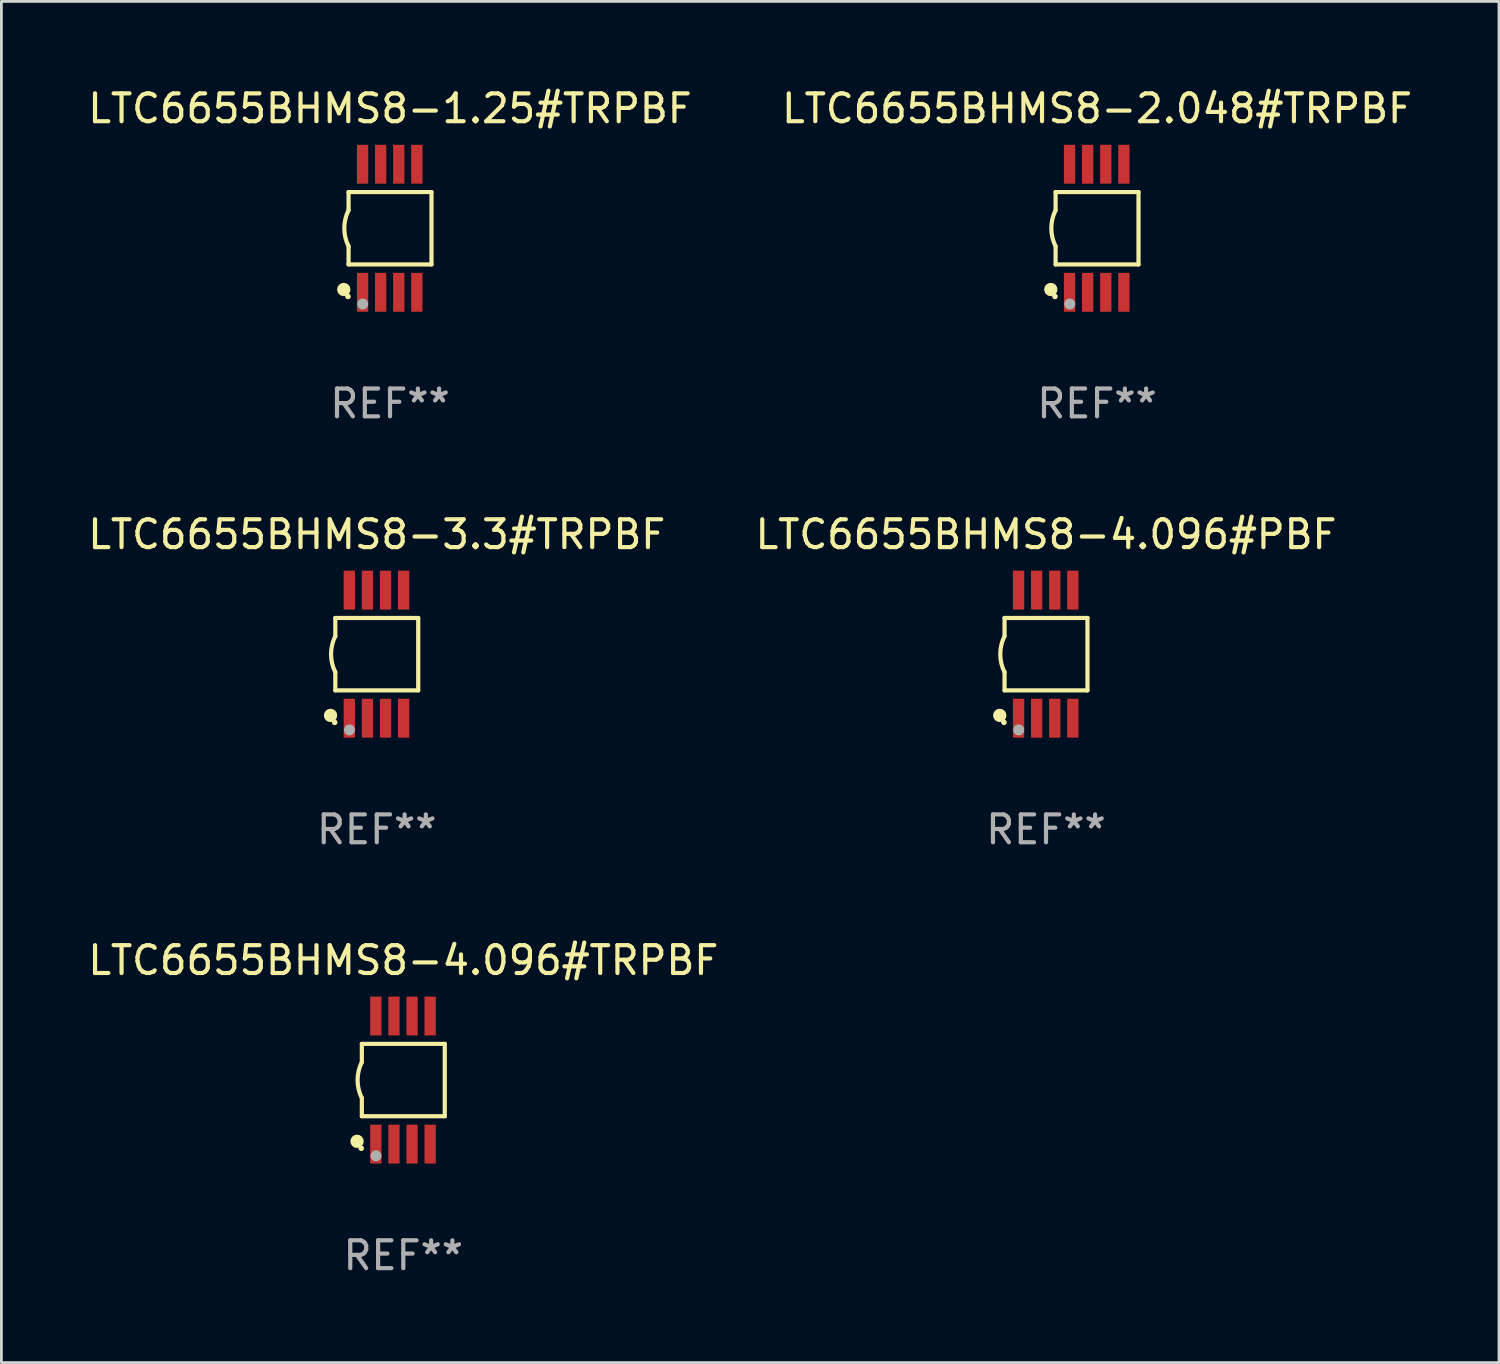
<source format=kicad_pcb>
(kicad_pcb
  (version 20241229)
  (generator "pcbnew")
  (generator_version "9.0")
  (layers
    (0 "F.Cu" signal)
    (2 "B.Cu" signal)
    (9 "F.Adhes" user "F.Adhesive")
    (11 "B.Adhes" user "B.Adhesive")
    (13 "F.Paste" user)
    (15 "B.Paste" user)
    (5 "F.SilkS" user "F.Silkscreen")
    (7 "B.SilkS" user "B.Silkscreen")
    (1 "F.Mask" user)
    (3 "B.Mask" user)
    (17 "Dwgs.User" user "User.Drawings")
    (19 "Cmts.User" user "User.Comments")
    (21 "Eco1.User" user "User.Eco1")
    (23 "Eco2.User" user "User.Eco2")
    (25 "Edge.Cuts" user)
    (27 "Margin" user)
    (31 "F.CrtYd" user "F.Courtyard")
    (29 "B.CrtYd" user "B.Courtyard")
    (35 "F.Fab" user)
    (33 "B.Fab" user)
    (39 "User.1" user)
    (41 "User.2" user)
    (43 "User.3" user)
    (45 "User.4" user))
  (footprint "LTC6655BHMS8-4.096#PBF"
    (layer "F.Cu")
    (at 34.518 20.445)
    (property "Reference" "LTC6655BHMS8-4.096#PBF" (at 0 -4.3 0) (layer "F.SilkS") (effects (font (size 1 1) (thickness 0.15))))
    (attr through_hole)
    (fp_line (start -1.489 -1.3) (end -1.489 -0.648) (stroke (width 0.15) (type solid)) (layer "F.SilkS"))
    (fp_line (start -1.489 0.648) (end -1.489 1.3) (stroke (width 0.15) (type solid)) (layer "F.SilkS"))
    (fp_line (start -1.489 1.3) (end 1.489 1.3) (stroke (width 0.15) (type solid)) (layer "F.SilkS"))
    (fp_line (start 1.489 -1.3) (end -1.489 -1.3) (stroke (width 0.15) (type solid)) (layer "F.SilkS"))
    (fp_line (start 1.489 1.3) (end 1.489 -1.3) (stroke (width 0.15) (type solid)) (layer "F.SilkS"))
    (fp_arc (start -1.489205 0.647702) (mid -1.642107 0) (end -1.489205 -0.647701) (stroke (width 0.150013) (type solid)) (layer "F.SilkS"))
    (fp_circle (center -1.661 2.2) (end -1.541 2.2) (stroke (width 0.24) (type solid)) (fill no) (layer "F.SilkS"))
    (fp_circle (center -1.511 2.45) (end -1.461 2.45) (stroke (width 0.1) (type solid)) (fill no) (layer "F.SilkS"))
    (fp_circle (center -0.981 2.72) (end -0.881 2.72) (stroke (width 0.2) (type solid)) (fill no) (layer "F.Fab"))
    (fp_text user "REF**" (at 0 6.3 0) (layer "F.Fab") (effects (font (size 1 1) (thickness 0.15))))
    (pad "1" smd rect (at -0.986 2.3) (size 0.406 1.397) (layers "F.Cu" "F.Mask" "F.Paste"))
    (pad "2" smd rect (at -0.336 2.3) (size 0.406 1.397) (layers "F.Cu" "F.Mask" "F.Paste"))
    (pad "3" smd rect (at 0.314 2.3) (size 0.406 1.397) (layers "F.Cu" "F.Mask" "F.Paste"))
    (pad "4" smd rect (at 0.964 2.3) (size 0.406 1.397) (layers "F.Cu" "F.Mask" "F.Paste"))
    (pad "5" smd rect (at 0.964 -2.3) (size 0.406 1.397) (layers "F.Cu" "F.Mask" "F.Paste"))
    (pad "6" smd rect (at 0.314 -2.3) (size 0.406 1.397) (layers "F.Cu" "F.Mask" "F.Paste"))
    (pad "7" smd rect (at -0.336 -2.3) (size 0.406 1.397) (layers "F.Cu" "F.Mask" "F.Paste"))
    (pad "8" smd rect (at -0.986 -2.3) (size 0.406 1.397) (layers "F.Cu" "F.Mask" "F.Paste")))
  (footprint "LTC6655BHMS8-2.048#TRPBF"
    (layer "F.Cu")
    (at 36.351 5.148)
    (property "Reference" "LTC6655BHMS8-2.048#TRPBF" (at 0 -4.3 0) (layer "F.SilkS") (effects (font (size 1 1) (thickness 0.15))))
    (attr through_hole)
    (fp_line (start -1.489 -1.3) (end -1.489 -0.648) (stroke (width 0.15) (type solid)) (layer "F.SilkS"))
    (fp_line (start -1.489 0.648) (end -1.489 1.3) (stroke (width 0.15) (type solid)) (layer "F.SilkS"))
    (fp_line (start -1.489 1.3) (end 1.489 1.3) (stroke (width 0.15) (type solid)) (layer "F.SilkS"))
    (fp_line (start 1.489 -1.3) (end -1.489 -1.3) (stroke (width 0.15) (type solid)) (layer "F.SilkS"))
    (fp_line (start 1.489 1.3) (end 1.489 -1.3) (stroke (width 0.15) (type solid)) (layer "F.SilkS"))
    (fp_arc (start -1.489205 0.647702) (mid -1.642107 0) (end -1.489205 -0.647701) (stroke (width 0.150013) (type solid)) (layer "F.SilkS"))
    (fp_circle (center -1.661 2.2) (end -1.541 2.2) (stroke (width 0.24) (type solid)) (fill no) (layer "F.SilkS"))
    (fp_circle (center -1.511 2.45) (end -1.461 2.45) (stroke (width 0.1) (type solid)) (fill no) (layer "F.SilkS"))
    (fp_circle (center -0.981 2.72) (end -0.881 2.72) (stroke (width 0.2) (type solid)) (fill no) (layer "F.Fab"))
    (fp_text user "REF**" (at 0 6.3 0) (layer "F.Fab") (effects (font (size 1 1) (thickness 0.15))))
    (pad "1" smd rect (at -0.986 2.3) (size 0.406 1.397) (layers "F.Cu" "F.Mask" "F.Paste"))
    (pad "2" smd rect (at -0.336 2.3) (size 0.406 1.397) (layers "F.Cu" "F.Mask" "F.Paste"))
    (pad "3" smd rect (at 0.314 2.3) (size 0.406 1.397) (layers "F.Cu" "F.Mask" "F.Paste"))
    (pad "4" smd rect (at 0.964 2.3) (size 0.406 1.397) (layers "F.Cu" "F.Mask" "F.Paste"))
    (pad "5" smd rect (at 0.964 -2.3) (size 0.406 1.397) (layers "F.Cu" "F.Mask" "F.Paste"))
    (pad "6" smd rect (at 0.314 -2.3) (size 0.406 1.397) (layers "F.Cu" "F.Mask" "F.Paste"))
    (pad "7" smd rect (at -0.336 -2.3) (size 0.406 1.397) (layers "F.Cu" "F.Mask" "F.Paste"))
    (pad "8" smd rect (at -0.986 -2.3) (size 0.406 1.397) (layers "F.Cu" "F.Mask" "F.Paste")))
  (footprint "LTC6655BHMS8-3.3#TRPBF"
    (layer "F.Cu")
    (at 10.482 20.445)
    (property "Reference" "LTC6655BHMS8-3.3#TRPBF" (at 0 -4.3 0) (layer "F.SilkS") (effects (font (size 1 1) (thickness 0.15))))
    (attr through_hole)
    (fp_line (start -1.489 -1.3) (end -1.489 -0.648) (stroke (width 0.15) (type solid)) (layer "F.SilkS"))
    (fp_line (start -1.489 0.648) (end -1.489 1.3) (stroke (width 0.15) (type solid)) (layer "F.SilkS"))
    (fp_line (start -1.489 1.3) (end 1.489 1.3) (stroke (width 0.15) (type solid)) (layer "F.SilkS"))
    (fp_line (start 1.489 -1.3) (end -1.489 -1.3) (stroke (width 0.15) (type solid)) (layer "F.SilkS"))
    (fp_line (start 1.489 1.3) (end 1.489 -1.3) (stroke (width 0.15) (type solid)) (layer "F.SilkS"))
    (fp_arc (start -1.489205 0.647702) (mid -1.642107 0) (end -1.489205 -0.647701) (stroke (width 0.150013) (type solid)) (layer "F.SilkS"))
    (fp_circle (center -1.661 2.2) (end -1.541 2.2) (stroke (width 0.24) (type solid)) (fill no) (layer "F.SilkS"))
    (fp_circle (center -1.511 2.45) (end -1.461 2.45) (stroke (width 0.1) (type solid)) (fill no) (layer "F.SilkS"))
    (fp_circle (center -0.981 2.72) (end -0.881 2.72) (stroke (width 0.2) (type solid)) (fill no) (layer "F.Fab"))
    (fp_text user "REF**" (at 0 6.3 0) (layer "F.Fab") (effects (font (size 1 1) (thickness 0.15))))
    (pad "1" smd rect (at -0.986 2.3) (size 0.406 1.397) (layers "F.Cu" "F.Mask" "F.Paste"))
    (pad "2" smd rect (at -0.336 2.3) (size 0.406 1.397) (layers "F.Cu" "F.Mask" "F.Paste"))
    (pad "3" smd rect (at 0.314 2.3) (size 0.406 1.397) (layers "F.Cu" "F.Mask" "F.Paste"))
    (pad "4" smd rect (at 0.964 2.3) (size 0.406 1.397) (layers "F.Cu" "F.Mask" "F.Paste"))
    (pad "5" smd rect (at 0.964 -2.3) (size 0.406 1.397) (layers "F.Cu" "F.Mask" "F.Paste"))
    (pad "6" smd rect (at 0.314 -2.3) (size 0.406 1.397) (layers "F.Cu" "F.Mask" "F.Paste"))
    (pad "7" smd rect (at -0.336 -2.3) (size 0.406 1.397) (layers "F.Cu" "F.Mask" "F.Paste"))
    (pad "8" smd rect (at -0.986 -2.3) (size 0.406 1.397) (layers "F.Cu" "F.Mask" "F.Paste")))
  (footprint "LTC6655BHMS8-1.25#TRPBF"
    (layer "F.Cu")
    (at 10.958 5.148)
    (property "Reference" "LTC6655BHMS8-1.25#TRPBF" (at 0 -4.3 0) (layer "F.SilkS") (effects (font (size 1 1) (thickness 0.15))))
    (attr through_hole)
    (fp_line (start -1.489 -1.3) (end -1.489 -0.648) (stroke (width 0.15) (type solid)) (layer "F.SilkS"))
    (fp_line (start -1.489 0.648) (end -1.489 1.3) (stroke (width 0.15) (type solid)) (layer "F.SilkS"))
    (fp_line (start -1.489 1.3) (end 1.489 1.3) (stroke (width 0.15) (type solid)) (layer "F.SilkS"))
    (fp_line (start 1.489 -1.3) (end -1.489 -1.3) (stroke (width 0.15) (type solid)) (layer "F.SilkS"))
    (fp_line (start 1.489 1.3) (end 1.489 -1.3) (stroke (width 0.15) (type solid)) (layer "F.SilkS"))
    (fp_arc (start -1.489205 0.647702) (mid -1.642107 0) (end -1.489205 -0.647701) (stroke (width 0.150013) (type solid)) (layer "F.SilkS"))
    (fp_circle (center -1.661 2.2) (end -1.541 2.2) (stroke (width 0.24) (type solid)) (fill no) (layer "F.SilkS"))
    (fp_circle (center -1.511 2.45) (end -1.461 2.45) (stroke (width 0.1) (type solid)) (fill no) (layer "F.SilkS"))
    (fp_circle (center -0.981 2.72) (end -0.881 2.72) (stroke (width 0.2) (type solid)) (fill no) (layer "F.Fab"))
    (fp_text user "REF**" (at 0 6.3 0) (layer "F.Fab") (effects (font (size 1 1) (thickness 0.15))))
    (pad "1" smd rect (at -0.986 2.3) (size 0.406 1.397) (layers "F.Cu" "F.Mask" "F.Paste"))
    (pad "2" smd rect (at -0.336 2.3) (size 0.406 1.397) (layers "F.Cu" "F.Mask" "F.Paste"))
    (pad "3" smd rect (at 0.314 2.3) (size 0.406 1.397) (layers "F.Cu" "F.Mask" "F.Paste"))
    (pad "4" smd rect (at 0.964 2.3) (size 0.406 1.397) (layers "F.Cu" "F.Mask" "F.Paste"))
    (pad "5" smd rect (at 0.964 -2.3) (size 0.406 1.397) (layers "F.Cu" "F.Mask" "F.Paste"))
    (pad "6" smd rect (at 0.314 -2.3) (size 0.406 1.397) (layers "F.Cu" "F.Mask" "F.Paste"))
    (pad "7" smd rect (at -0.336 -2.3) (size 0.406 1.397) (layers "F.Cu" "F.Mask" "F.Paste"))
    (pad "8" smd rect (at -0.986 -2.3) (size 0.406 1.397) (layers "F.Cu" "F.Mask" "F.Paste")))
  (footprint "LTC6655BHMS8-4.096#TRPBF"
    (layer "F.Cu")
    (at 11.435 35.741)
    (property "Reference" "LTC6655BHMS8-4.096#TRPBF" (at 0 -4.3 0) (layer "F.SilkS") (effects (font (size 1 1) (thickness 0.15))))
    (attr through_hole)
    (fp_line (start -1.489 -1.3) (end -1.489 -0.648) (stroke (width 0.15) (type solid)) (layer "F.SilkS"))
    (fp_line (start -1.489 0.648) (end -1.489 1.3) (stroke (width 0.15) (type solid)) (layer "F.SilkS"))
    (fp_line (start -1.489 1.3) (end 1.489 1.3) (stroke (width 0.15) (type solid)) (layer "F.SilkS"))
    (fp_line (start 1.489 -1.3) (end -1.489 -1.3) (stroke (width 0.15) (type solid)) (layer "F.SilkS"))
    (fp_line (start 1.489 1.3) (end 1.489 -1.3) (stroke (width 0.15) (type solid)) (layer "F.SilkS"))
    (fp_arc (start -1.489205 0.647702) (mid -1.642107 0) (end -1.489205 -0.647701) (stroke (width 0.150013) (type solid)) (layer "F.SilkS"))
    (fp_circle (center -1.661 2.2) (end -1.541 2.2) (stroke (width 0.24) (type solid)) (fill no) (layer "F.SilkS"))
    (fp_circle (center -1.511 2.45) (end -1.461 2.45) (stroke (width 0.1) (type solid)) (fill no) (layer "F.SilkS"))
    (fp_circle (center -0.981 2.72) (end -0.881 2.72) (stroke (width 0.2) (type solid)) (fill no) (layer "F.Fab"))
    (fp_text user "REF**" (at 0 6.3 0) (layer "F.Fab") (effects (font (size 1 1) (thickness 0.15))))
    (pad "1" smd rect (at -0.986 2.3) (size 0.406 1.397) (layers "F.Cu" "F.Mask" "F.Paste"))
    (pad "2" smd rect (at -0.336 2.3) (size 0.406 1.397) (layers "F.Cu" "F.Mask" "F.Paste"))
    (pad "3" smd rect (at 0.314 2.3) (size 0.406 1.397) (layers "F.Cu" "F.Mask" "F.Paste"))
    (pad "4" smd rect (at 0.964 2.3) (size 0.406 1.397) (layers "F.Cu" "F.Mask" "F.Paste"))
    (pad "5" smd rect (at 0.964 -2.3) (size 0.406 1.397) (layers "F.Cu" "F.Mask" "F.Paste"))
    (pad "6" smd rect (at 0.314 -2.3) (size 0.406 1.397) (layers "F.Cu" "F.Mask" "F.Paste"))
    (pad "7" smd rect (at -0.336 -2.3) (size 0.406 1.397) (layers "F.Cu" "F.Mask" "F.Paste"))
    (pad "8" smd rect (at -0.986 -2.3) (size 0.406 1.397) (layers "F.Cu" "F.Mask" "F.Paste")))
  (gr_rect
    (start -3 -3)
    (end 50.786 45.889)
    (stroke (width 0.1) (type default))
    (fill no)
    (layer "Edge.Cuts")))
</source>
